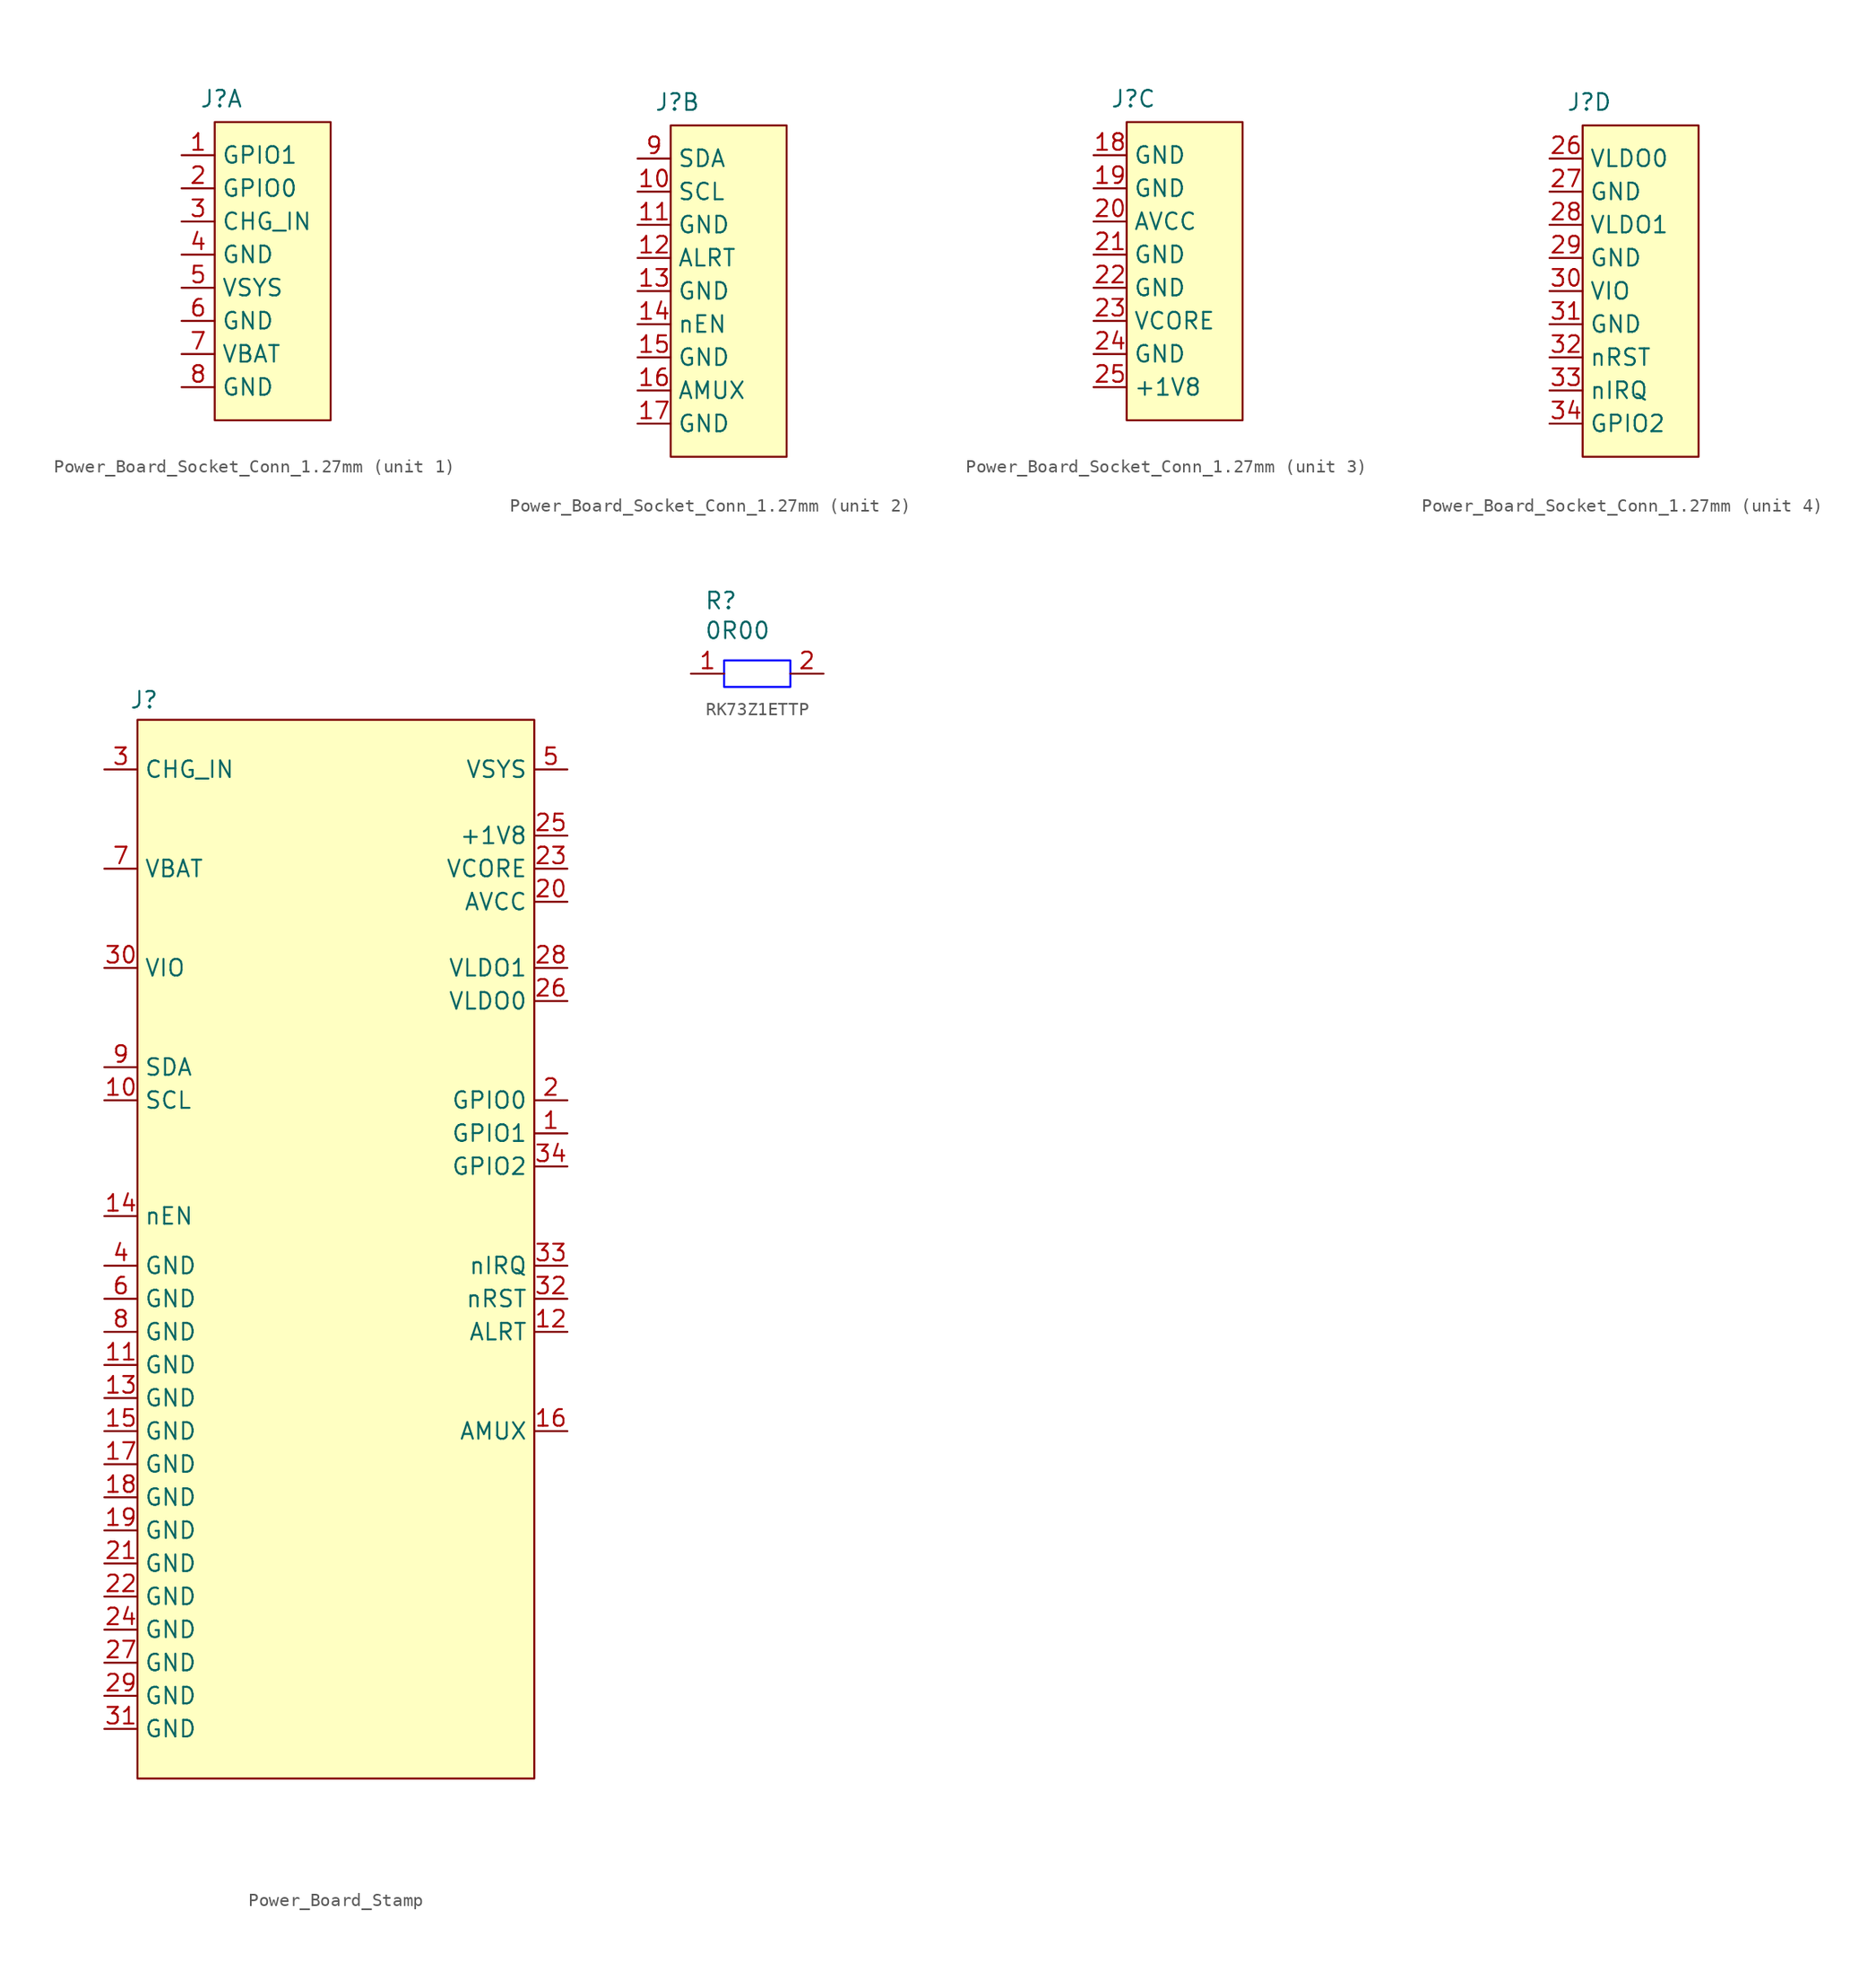
<source format=kicad_sym>
(kicad_symbol_lib
  (version 20231120)
  (generator "kicad_symbol_editor")
  (generator_version "8.0")
  (symbol "Power_Board_Socket_Conn_1.27mm"
    (property "Reference" "J"
      (at 0.508 1.778 0)
      (effects (font (size 1.27 1.27))))
    (property "Value" ""
      (at 0 0 0)
      (effects (font (size 1.27 1.27))))
    (property "ki_locked" ""
      (at 0 0 0)
      (effects (font (size 1.27 1.27))))
    (symbol "Power_Board_Socket_Conn_1.27mm_1_1"
      (rectangle (start 0 0) (end 8.89 -22.86) (stroke (width 0) (type default) (color 128 0 0 1)) (fill (type background)))
      (pin passive line (at -2.54 -2.54 0) (length 2.54) (name "GPIO1" (effects (font (size 1.27 1.27)))) (number "1" (effects (font (size 1.27 1.27)))))
      (pin passive line (at -2.54 -5.08 0) (length 2.54) (name "GPIO0" (effects (font (size 1.27 1.27)))) (number "2" (effects (font (size 1.27 1.27)))))
      (pin passive line (at -2.54 -7.62 0) (length 2.54) (name "CHG_IN" (effects (font (size 1.27 1.27)))) (number "3" (effects (font (size 1.27 1.27)))))
      (pin passive line (at -2.54 -10.16 0) (length 2.54) (name "GND" (effects (font (size 1.27 1.27)))) (number "4" (effects (font (size 1.27 1.27)))))
      (pin passive line (at -2.54 -12.7 0) (length 2.54) (name "VSYS" (effects (font (size 1.27 1.27)))) (number "5" (effects (font (size 1.27 1.27)))))
      (pin passive line (at -2.54 -15.24 0) (length 2.54) (name "GND" (effects (font (size 1.27 1.27)))) (number "6" (effects (font (size 1.27 1.27)))))
      (pin passive line (at -2.54 -17.78 0) (length 2.54) (name "VBAT" (effects (font (size 1.27 1.27)))) (number "7" (effects (font (size 1.27 1.27)))))
      (pin passive line (at -2.54 -20.32 0) (length 2.54) (name "GND" (effects (font (size 1.27 1.27)))) (number "8" (effects (font (size 1.27 1.27))))))
    (symbol "Power_Board_Socket_Conn_1.27mm_2_1"
      (rectangle (start 0 0) (end 8.89 -25.4) (stroke (width 0) (type default) (color 128 0 0 1)) (fill (type background)))
      (pin passive line (at -2.54 -5.08 0) (length 2.54) (name "SCL" (effects (font (size 1.27 1.27)))) (number "10" (effects (font (size 1.27 1.27)))))
      (pin passive line (at -2.54 -7.62 0) (length 2.54) (name "GND" (effects (font (size 1.27 1.27)))) (number "11" (effects (font (size 1.27 1.27)))))
      (pin passive line (at -2.54 -10.16 0) (length 2.54) (name "ALRT" (effects (font (size 1.27 1.27)))) (number "12" (effects (font (size 1.27 1.27)))))
      (pin passive line (at -2.54 -12.7 0) (length 2.54) (name "GND" (effects (font (size 1.27 1.27)))) (number "13" (effects (font (size 1.27 1.27)))))
      (pin passive line (at -2.54 -15.24 0) (length 2.54) (name "nEN" (effects (font (size 1.27 1.27)))) (number "14" (effects (font (size 1.27 1.27)))))
      (pin passive line (at -2.54 -17.78 0) (length 2.54) (name "GND" (effects (font (size 1.27 1.27)))) (number "15" (effects (font (size 1.27 1.27)))))
      (pin passive line (at -2.54 -20.32 0) (length 2.54) (name "AMUX" (effects (font (size 1.27 1.27)))) (number "16" (effects (font (size 1.27 1.27)))))
      (pin passive line (at -2.54 -22.86 0) (length 2.54) (name "GND" (effects (font (size 1.27 1.27)))) (number "17" (effects (font (size 1.27 1.27)))))
      (pin passive line (at -2.54 -2.54 0) (length 2.54) (name "SDA" (effects (font (size 1.27 1.27)))) (number "9" (effects (font (size 1.27 1.27))))))
    (symbol "Power_Board_Socket_Conn_1.27mm_3_1"
      (rectangle (start 0 0) (end 8.89 -22.86) (stroke (width 0) (type default) (color 128 0 0 1)) (fill (type background)))
      (pin passive line (at -2.54 -2.54 0) (length 2.54) (name "GND" (effects (font (size 1.27 1.27)))) (number "18" (effects (font (size 1.27 1.27)))))
      (pin passive line (at -2.54 -5.08 0) (length 2.54) (name "GND" (effects (font (size 1.27 1.27)))) (number "19" (effects (font (size 1.27 1.27)))))
      (pin passive line (at -2.54 -7.62 0) (length 2.54) (name "AVCC" (effects (font (size 1.27 1.27)))) (number "20" (effects (font (size 1.27 1.27)))))
      (pin passive line (at -2.54 -10.16 0) (length 2.54) (name "GND" (effects (font (size 1.27 1.27)))) (number "21" (effects (font (size 1.27 1.27)))))
      (pin passive line (at -2.54 -12.7 0) (length 2.54) (name "GND" (effects (font (size 1.27 1.27)))) (number "22" (effects (font (size 1.27 1.27)))))
      (pin passive line (at -2.54 -15.24 0) (length 2.54) (name "VCORE" (effects (font (size 1.27 1.27)))) (number "23" (effects (font (size 1.27 1.27)))))
      (pin passive line (at -2.54 -17.78 0) (length 2.54) (name "GND" (effects (font (size 1.27 1.27)))) (number "24" (effects (font (size 1.27 1.27)))))
      (pin passive line (at -2.54 -20.32 0) (length 2.54) (name "+1V8" (effects (font (size 1.27 1.27)))) (number "25" (effects (font (size 1.27 1.27))))))
    (symbol "Power_Board_Socket_Conn_1.27mm_4_1"
      (rectangle (start 0 0) (end 8.89 -25.4) (stroke (width 0) (type default) (color 128 0 0 1)) (fill (type background)))
      (pin passive line (at -2.54 -2.54 0) (length 2.54) (name "VLDO0" (effects (font (size 1.27 1.27)))) (number "26" (effects (font (size 1.27 1.27)))))
      (pin passive line (at -2.54 -5.08 0) (length 2.54) (name "GND" (effects (font (size 1.27 1.27)))) (number "27" (effects (font (size 1.27 1.27)))))
      (pin passive line (at -2.54 -7.62 0) (length 2.54) (name "VLDO1" (effects (font (size 1.27 1.27)))) (number "28" (effects (font (size 1.27 1.27)))))
      (pin passive line (at -2.54 -10.16 0) (length 2.54) (name "GND" (effects (font (size 1.27 1.27)))) (number "29" (effects (font (size 1.27 1.27)))))
      (pin passive line (at -2.54 -12.7 0) (length 2.54) (name "VIO" (effects (font (size 1.27 1.27)))) (number "30" (effects (font (size 1.27 1.27)))))
      (pin passive line (at -2.54 -15.24 0) (length 2.54) (name "GND" (effects (font (size 1.27 1.27)))) (number "31" (effects (font (size 1.27 1.27)))))
      (pin passive line (at -2.54 -17.78 0) (length 2.54) (name "nRST" (effects (font (size 1.27 1.27)))) (number "32" (effects (font (size 1.27 1.27)))))
      (pin passive line (at -2.54 -20.32 0) (length 2.54) (name "nIRQ" (effects (font (size 1.27 1.27)))) (number "33" (effects (font (size 1.27 1.27)))))
      (pin passive line (at -2.54 -22.86 0) (length 2.54) (name "GPIO2" (effects (font (size 1.27 1.27)))) (number "34" (effects (font (size 1.27 1.27)))))))
  (symbol "Power_Board_Stamp"
    (property "Reference" "J"
      (at 0.508 1.524 0)
      (effects (font (size 1.27 1.27))))
    (property "Value" ""
      (at 0 0 0)
      (effects (font (size 1.27 1.27))))
    (symbol "Power_Board_Stamp_0_1"
      (rectangle (start 0 0) (end 30.48 -81.28) (stroke (width 0) (type default) (color 128 0 0 1)) (fill (type background))))
    (symbol "Power_Board_Stamp_1_1"
      (pin passive line (at 33.02 -31.75 180) (length 2.54) (name "GPIO1" (effects (font (size 1.27 1.27)))) (number "1" (effects (font (size 1.27 1.27)))))
      (pin passive line (at -2.54 -29.21 0) (length 2.54) (name "SCL" (effects (font (size 1.27 1.27)))) (number "10" (effects (font (size 1.27 1.27)))))
      (pin passive line (at -2.54 -49.53 0) (length 2.54) (name "GND" (effects (font (size 1.27 1.27)))) (number "11" (effects (font (size 1.27 1.27)))))
      (pin passive line (at 33.02 -46.99 180) (length 2.54) (name "ALRT" (effects (font (size 1.27 1.27)))) (number "12" (effects (font (size 1.27 1.27)))))
      (pin passive line (at -2.54 -52.07 0) (length 2.54) (name "GND" (effects (font (size 1.27 1.27)))) (number "13" (effects (font (size 1.27 1.27)))))
      (pin passive line (at -2.54 -38.1 0) (length 2.54) (name "nEN" (effects (font (size 1.27 1.27)))) (number "14" (effects (font (size 1.27 1.27)))))
      (pin passive line (at -2.54 -54.61 0) (length 2.54) (name "GND" (effects (font (size 1.27 1.27)))) (number "15" (effects (font (size 1.27 1.27)))))
      (pin passive line (at 33.02 -54.61 180) (length 2.54) (name "AMUX" (effects (font (size 1.27 1.27)))) (number "16" (effects (font (size 1.27 1.27)))))
      (pin passive line (at -2.54 -57.15 0) (length 2.54) (name "GND" (effects (font (size 1.27 1.27)))) (number "17" (effects (font (size 1.27 1.27)))))
      (pin passive line (at -2.54 -59.69 0) (length 2.54) (name "GND" (effects (font (size 1.27 1.27)))) (number "18" (effects (font (size 1.27 1.27)))))
      (pin passive line (at -2.54 -62.23 0) (length 2.54) (name "GND" (effects (font (size 1.27 1.27)))) (number "19" (effects (font (size 1.27 1.27)))))
      (pin passive line (at 33.02 -29.21 180) (length 2.54) (name "GPIO0" (effects (font (size 1.27 1.27)))) (number "2" (effects (font (size 1.27 1.27)))))
      (pin passive line (at 33.02 -13.97 180) (length 2.54) (name "AVCC" (effects (font (size 1.27 1.27)))) (number "20" (effects (font (size 1.27 1.27)))))
      (pin passive line (at -2.54 -64.77 0) (length 2.54) (name "GND" (effects (font (size 1.27 1.27)))) (number "21" (effects (font (size 1.27 1.27)))))
      (pin passive line (at -2.54 -67.31 0) (length 2.54) (name "GND" (effects (font (size 1.27 1.27)))) (number "22" (effects (font (size 1.27 1.27)))))
      (pin passive line (at 33.02 -11.43 180) (length 2.54) (name "VCORE" (effects (font (size 1.27 1.27)))) (number "23" (effects (font (size 1.27 1.27)))))
      (pin passive line (at -2.54 -69.85 0) (length 2.54) (name "GND" (effects (font (size 1.27 1.27)))) (number "24" (effects (font (size 1.27 1.27)))))
      (pin passive line (at 33.02 -8.89 180) (length 2.54) (name "+1V8" (effects (font (size 1.27 1.27)))) (number "25" (effects (font (size 1.27 1.27)))))
      (pin passive line (at 33.02 -21.59 180) (length 2.54) (name "VLDO0" (effects (font (size 1.27 1.27)))) (number "26" (effects (font (size 1.27 1.27)))))
      (pin passive line (at -2.54 -72.39 0) (length 2.54) (name "GND" (effects (font (size 1.27 1.27)))) (number "27" (effects (font (size 1.27 1.27)))))
      (pin passive line (at 33.02 -19.05 180) (length 2.54) (name "VLDO1" (effects (font (size 1.27 1.27)))) (number "28" (effects (font (size 1.27 1.27)))))
      (pin passive line (at -2.54 -74.93 0) (length 2.54) (name "GND" (effects (font (size 1.27 1.27)))) (number "29" (effects (font (size 1.27 1.27)))))
      (pin passive line (at -2.54 -3.81 0) (length 2.54) (name "CHG_IN" (effects (font (size 1.27 1.27)))) (number "3" (effects (font (size 1.27 1.27)))))
      (pin passive line (at -2.54 -19.05 0) (length 2.54) (name "VIO" (effects (font (size 1.27 1.27)))) (number "30" (effects (font (size 1.27 1.27)))))
      (pin passive line (at -2.54 -77.47 0) (length 2.54) (name "GND" (effects (font (size 1.27 1.27)))) (number "31" (effects (font (size 1.27 1.27)))))
      (pin passive line (at 33.02 -44.45 180) (length 2.54) (name "nRST" (effects (font (size 1.27 1.27)))) (number "32" (effects (font (size 1.27 1.27)))))
      (pin passive line (at 33.02 -41.91 180) (length 2.54) (name "nIRQ" (effects (font (size 1.27 1.27)))) (number "33" (effects (font (size 1.27 1.27)))))
      (pin passive line (at 33.02 -34.29 180) (length 2.54) (name "GPIO2" (effects (font (size 1.27 1.27)))) (number "34" (effects (font (size 1.27 1.27)))))
      (pin passive line (at -2.54 -41.91 0) (length 2.54) (name "GND" (effects (font (size 1.27 1.27)))) (number "4" (effects (font (size 1.27 1.27)))))
      (pin passive line (at 33.02 -3.81 180) (length 2.54) (name "VSYS" (effects (font (size 1.27 1.27)))) (number "5" (effects (font (size 1.27 1.27)))))
      (pin passive line (at -2.54 -44.45 0) (length 2.54) (name "GND" (effects (font (size 1.27 1.27)))) (number "6" (effects (font (size 1.27 1.27)))))
      (pin passive line (at -2.54 -11.43 0) (length 2.54) (name "VBAT" (effects (font (size 1.27 1.27)))) (number "7" (effects (font (size 1.27 1.27)))))
      (pin passive line (at -2.54 -46.99 0) (length 2.54) (name "GND" (effects (font (size 1.27 1.27)))) (number "8" (effects (font (size 1.27 1.27)))))
      (pin passive line (at -2.54 -26.67 0) (length 2.54) (name "SDA" (effects (font (size 1.27 1.27)))) (number "9" (effects (font (size 1.27 1.27)))))))
  (symbol "RK73Z1ETTP"
    (property "Reference" "R"
      (at -4.064 5.588 0)
      (effects (font (size 1.27 1.27)) (justify left)))
    (property "Value" "0R00"
      (at -4.064 3.302 0)
      (effects (font (size 1.27 1.27)) (justify left)))
    (symbol "RK73Z1ETTP_0_1"
      (rectangle (start -2.54 1.016) (end 2.54 -1.016) (stroke (width 0) (type default) (color 0 0 255 1)) (fill (type none))))
    (symbol "RK73Z1ETTP_1_1"
      (pin passive line (at -5.08 0 0) (length 2.54) (name "" (effects (font (size 1.27 1.27)))) (number "1" (effects (font (size 1.27 1.27)))))
      (pin passive line (at 5.08 0 180) (length 2.54) (name "" (effects (font (size 1.27 1.27)))) (number "2" (effects (font (size 1.27 1.27))))))))
</source>
